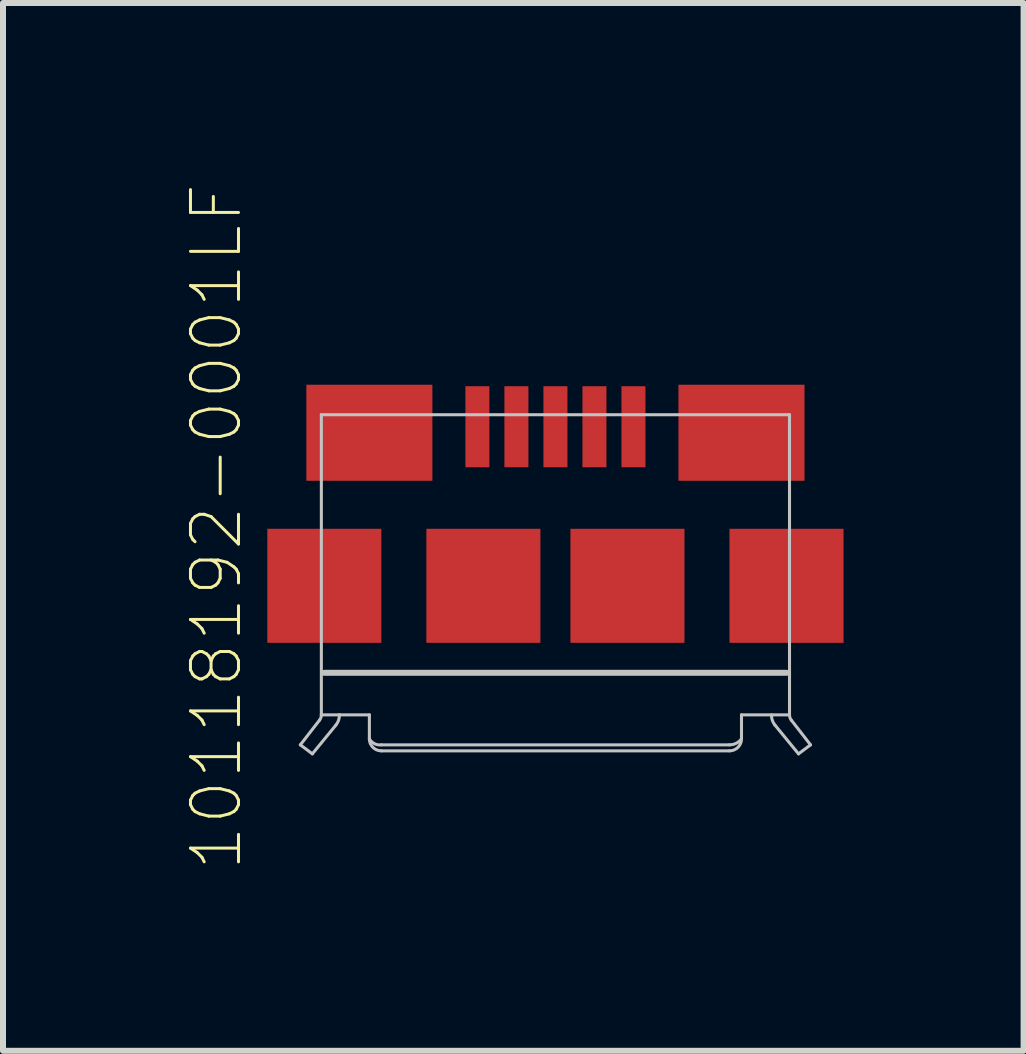
<source format=kicad_pcb>
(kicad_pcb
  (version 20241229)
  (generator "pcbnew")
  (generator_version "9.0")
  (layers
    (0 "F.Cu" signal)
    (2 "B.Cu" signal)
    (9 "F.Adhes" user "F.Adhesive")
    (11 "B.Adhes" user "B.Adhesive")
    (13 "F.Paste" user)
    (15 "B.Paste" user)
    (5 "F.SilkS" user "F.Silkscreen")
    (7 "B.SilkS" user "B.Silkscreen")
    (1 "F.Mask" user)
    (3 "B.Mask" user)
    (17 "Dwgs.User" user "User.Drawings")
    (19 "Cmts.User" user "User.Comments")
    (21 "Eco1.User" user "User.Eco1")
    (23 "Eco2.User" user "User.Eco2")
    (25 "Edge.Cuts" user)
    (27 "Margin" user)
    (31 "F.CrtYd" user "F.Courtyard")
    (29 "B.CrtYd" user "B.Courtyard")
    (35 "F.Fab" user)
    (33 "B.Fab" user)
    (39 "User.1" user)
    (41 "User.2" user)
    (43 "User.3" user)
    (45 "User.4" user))
  (footprint "10118192-0001LF"
    (layer "F.Cu")
    (at 6.204 8.16)
    (property "Reference" "10118192-0001LF" (at -5.648 -2.432 90) (layer "F.SilkS") (effects (font (size 0.8 0.8) (thickness 0.05))))
    (attr smd)
    (fp_line (start -4.25 1.2) (end -4.05 1.35) (stroke (width 0.051) (type solid)) (layer "Dwgs.User"))
    (fp_line (start -4.25 1.2) (end -3.931 0.789) (stroke (width 0.051) (type solid)) (layer "Dwgs.User"))
    (fp_line (start -4.05 1.35) (end -3.657 0.87) (stroke (width 0.051) (type solid)) (layer "Dwgs.User"))
    (fp_line (start -3.9 -4.3) (end 3.9 -4.3) (stroke (width 0.051) (type solid)) (layer "Dwgs.User"))
    (fp_line (start -3.9 0.7) (end -3.9 -4.3) (stroke (width 0.051) (type solid)) (layer "Dwgs.User"))
    (fp_line (start -3.6 0.7) (end -3.9 0.7) (stroke (width 0.051) (type solid)) (layer "Dwgs.User"))
    (fp_line (start -3.6 0.709) (end -3.6 0.7) (stroke (width 0.051) (type solid)) (layer "Dwgs.User"))
    (fp_line (start -3.1 0.7) (end -3.6 0.7) (stroke (width 0.051) (type solid)) (layer "Dwgs.User"))
    (fp_line (start -3.1 1.1) (end -3.1 0.7) (stroke (width 0.051) (type solid)) (layer "Dwgs.User"))
    (fp_line (start 2.9 1.2) (end -2.9 1.2) (stroke (width 0.051) (type solid)) (layer "Dwgs.User"))
    (fp_line (start 2.9 1.3) (end -2.9 1.3) (stroke (width 0.051) (type solid)) (layer "Dwgs.User"))
    (fp_line (start 3.1 0.7) (end 3.1 1.1) (stroke (width 0.051) (type solid)) (layer "Dwgs.User"))
    (fp_line (start 3.6 0.709) (end 3.6 0.7) (stroke (width 0.051) (type solid)) (layer "Dwgs.User"))
    (fp_line (start 3.85 0) (end -3.85 0) (stroke (width 0.1) (type solid)) (layer "Dwgs.User"))
    (fp_line (start 3.9 -4.3) (end 3.9 0.7) (stroke (width 0.051) (type solid)) (layer "Dwgs.User"))
    (fp_line (start 3.9 0.7) (end 3.1 0.7) (stroke (width 0.051) (type solid)) (layer "Dwgs.User"))
    (fp_line (start 4.05 1.35) (end 3.657 0.87) (stroke (width 0.051) (type solid)) (layer "Dwgs.User"))
    (fp_line (start 4.25 1.2) (end 3.931 0.789) (stroke (width 0.051) (type solid)) (layer "Dwgs.User"))
    (fp_line (start 4.25 1.2) (end 4.05 1.35) (stroke (width 0.051) (type solid)) (layer "Dwgs.User"))
    (fp_arc (start -3.9 0.7) (mid -3.907843 0.747197) (end -3.930551 0.789309) (stroke (width 0.0508) (type solid)) (layer "Dwgs.User"))
    (fp_arc (start -3.6 0.7093) (mid -3.614766 0.794718) (end -3.657396 0.870196) (stroke (width 0.0508) (type solid)) (layer "Dwgs.User"))
    (fp_arc (start -2.90028 1.200035) (mid -3.015265 1.180215) (end -3.1 1.1) (stroke (width 0.0508) (type solid)) (layer "Dwgs.User"))
    (fp_arc (start -2.9 1.3) (mid -3.041421 1.241421) (end -3.1 1.1) (stroke (width 0.0508) (type solid)) (layer "Dwgs.User"))
    (fp_arc (start 3.099921 1.100105) (mid 3.011745 1.173636) (end 2.9 1.2) (stroke (width 0.0508) (type solid)) (layer "Dwgs.User"))
    (fp_arc (start 3.1 1.1) (mid 3.041421 1.241421) (end 2.9 1.3) (stroke (width 0.0508) (type solid)) (layer "Dwgs.User"))
    (fp_arc (start 3.657396 0.870196) (mid 3.614766 0.794718) (end 3.6 0.7093) (stroke (width 0.0508) (type solid)) (layer "Dwgs.User"))
    (fp_arc (start 3.930665 0.789455) (mid 3.907868 0.747286) (end 3.9 0.7) (stroke (width 0.0508) (type solid)) (layer "Dwgs.User"))
    (pad "1" smd rect (at -1.3 -4.1 90) (size 1.35 0.4) (layers "F.Cu" "F.Mask" "F.Paste"))
    (pad "2" smd rect (at -0.65 -4.1 90) (size 1.35 0.4) (layers "F.Cu" "F.Mask" "F.Paste"))
    (pad "3" smd rect (at 0 -4.1 90) (size 1.35 0.4) (layers "F.Cu" "F.Mask" "F.Paste"))
    (pad "4" smd rect (at 0.65 -4.1 90) (size 1.35 0.4) (layers "F.Cu" "F.Mask" "F.Paste"))
    (pad "5" smd rect (at 1.3 -4.1 90) (size 1.35 0.4) (layers "F.Cu" "F.Mask" "F.Paste"))
    (pad "6" smd rect (at -3.85 -1.45) (size 1.9 1.9) (layers "F.Cu" "F.Mask" "F.Paste"))
    (pad "6" smd rect (at -3.1 -4) (size 2.1 1.6) (layers "F.Cu" "F.Mask" "F.Paste"))
    (pad "6" smd rect (at 3.1 -4) (size 2.1 1.6) (layers "F.Cu" "F.Mask" "F.Paste"))
    (pad "6" smd rect (at 3.85 -1.45) (size 1.9 1.9) (layers "F.Cu" "F.Mask" "F.Paste"))
    (pad "M1" smd rect (at -1.2 -1.45) (size 1.9 1.9) (layers "F.Cu" "F.Mask" "F.Paste"))
    (pad "M2" smd rect (at 1.2 -1.45) (size 1.9 1.9) (layers "F.Cu" "F.Mask" "F.Paste")))
  (gr_rect
    (start -3 -3)
    (end 14.004 14.457)
    (stroke (width 0.1) (type default))
    (fill no)
    (layer "Edge.Cuts")))
</source>
